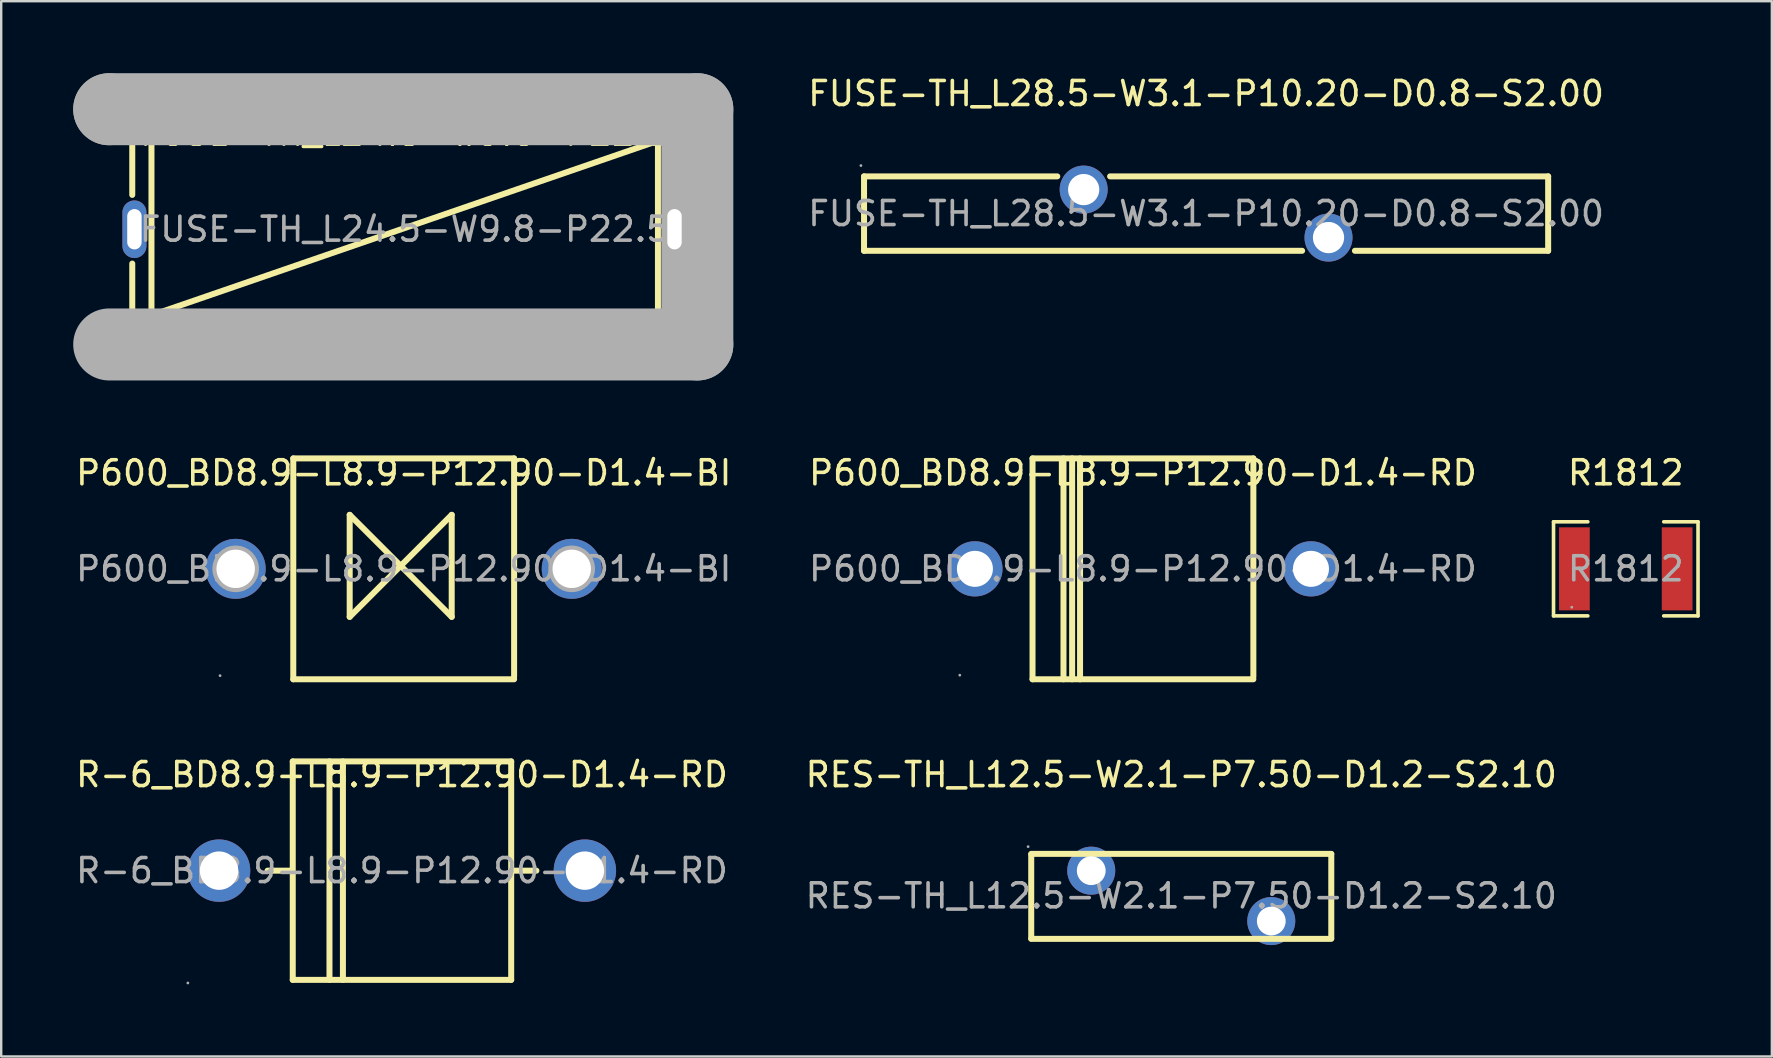
<source format=kicad_pcb>
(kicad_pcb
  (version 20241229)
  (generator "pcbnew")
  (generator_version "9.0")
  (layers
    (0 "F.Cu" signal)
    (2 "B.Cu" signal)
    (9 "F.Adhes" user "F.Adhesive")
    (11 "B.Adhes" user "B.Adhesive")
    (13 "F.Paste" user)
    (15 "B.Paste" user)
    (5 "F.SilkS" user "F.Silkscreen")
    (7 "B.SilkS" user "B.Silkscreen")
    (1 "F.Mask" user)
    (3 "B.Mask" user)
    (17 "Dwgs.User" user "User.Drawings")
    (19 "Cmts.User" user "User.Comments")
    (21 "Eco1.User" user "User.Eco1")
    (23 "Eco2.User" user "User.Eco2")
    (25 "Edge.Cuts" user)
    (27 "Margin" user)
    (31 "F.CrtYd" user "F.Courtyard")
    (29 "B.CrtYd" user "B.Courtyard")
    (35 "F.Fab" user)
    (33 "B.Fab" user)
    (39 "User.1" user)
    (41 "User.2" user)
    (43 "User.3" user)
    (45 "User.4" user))
  (footprint "FUSE-TH_L24.5-W9.8-P22.5"
    (layer "F.Cu")
    (at 13.8 6.5)
    (property "Reference" "FUSE-TH_L24.5-W9.8-P22.5" (at 0 -4 0) (layer "F.SilkS") (effects (font (size 1 1) (thickness 0.15))))
    (attr through_hole)
    (fp_line (start -11.34 -4.55) (end -11.34 -1.43) (stroke (width 0.25) (type solid)) (layer "F.SilkS"))
    (fp_line (start -11.34 -4.55) (end 11.26 -4.55) (stroke (width 0.25) (type solid)) (layer "F.SilkS"))
    (fp_line (start -11.34 1.43) (end -11.34 4.45) (stroke (width 0.25) (type solid)) (layer "F.SilkS"))
    (fp_line (start -10.54 -3.75) (end 10.56 -3.75) (stroke (width 0.25) (type solid)) (layer "F.SilkS"))
    (fp_line (start -10.54 3.65) (end -10.54 -3.75) (stroke (width 0.25) (type solid)) (layer "F.SilkS"))
    (fp_line (start 10.46 -3.65) (end -10.44 3.55) (stroke (width 0.25) (type solid)) (layer "F.SilkS"))
    (fp_line (start 10.56 -3.75) (end 10.56 3.65) (stroke (width 0.25) (type solid)) (layer "F.SilkS"))
    (fp_line (start 10.56 3.65) (end -10.54 3.65) (stroke (width 0.25) (type solid)) (layer "F.SilkS"))
    (fp_line (start 11.26 -1.43) (end 11.26 -4.55) (stroke (width 0.25) (type solid)) (layer "F.SilkS"))
    (fp_line (start 11.26 4.45) (end -11.34 4.45) (stroke (width 0.25) (type solid)) (layer "F.SilkS"))
    (fp_line (start 11.26 4.45) (end 11.26 1.43) (stroke (width 0.25) (type solid)) (layer "F.SilkS"))
    (fp_line (start -12.3 -5) (end -12.3 -5) (stroke (width 3) (type solid)) (layer "F.Fab"))
    (fp_line (start -12.3 -5) (end 12.2 -5) (stroke (width 3) (type solid)) (layer "F.Fab"))
    (fp_line (start 12.2 -5) (end 12.2 4.8) (stroke (width 3) (type solid)) (layer "F.Fab"))
    (fp_line (start 12.2 4.8) (end -12.3 4.8) (stroke (width 3) (type solid)) (layer "F.Fab"))
    (fp_circle (center -12.43 4.93) (end -12.4 4.93) (stroke (width 0.06) (type solid)) (fill no) (layer "F.Fab"))
    (fp_text user "${REFERENCE}" (at 0 0 0) (layer "F.Fab") (effects (font (size 1 1) (thickness 0.15))))
    (pad "1" thru_hole oval (at -11.25 0) (size 1 2.4) (drill oval 0.6 1.68) (layers "*.Cu" "*.Paste" "*.Mask"))
    (pad "2" thru_hole oval (at 11.25 0) (size 1 2.4) (drill oval 0.6 1.68) (layers "*.Cu" "*.Paste" "*.Mask")))
  (footprint "R1812"
    (layer "F.Cu")
    (at 64.68 20.648)
    (property "Reference" "R1812" (at 0 -4 0) (layer "F.SilkS") (effects (font (size 1 1) (thickness 0.15))))
    (attr through_hole)
    (fp_line (start -3.01 -1.96) (end -1.58 -1.96) (stroke (width 0.15) (type solid)) (layer "F.SilkS"))
    (fp_line (start -3.01 1.96) (end -3.01 -1.96) (stroke (width 0.15) (type solid)) (layer "F.SilkS"))
    (fp_line (start -1.58 1.96) (end -3.01 1.96) (stroke (width 0.15) (type solid)) (layer "F.SilkS"))
    (fp_line (start 1.58 1.96) (end 3.01 1.96) (stroke (width 0.15) (type solid)) (layer "F.SilkS"))
    (fp_line (start 3.01 -1.96) (end 1.58 -1.96) (stroke (width 0.15) (type solid)) (layer "F.SilkS"))
    (fp_line (start 3.01 1.96) (end 3.01 -1.96) (stroke (width 0.15) (type solid)) (layer "F.SilkS"))
    (fp_circle (center -2.25 1.6) (end -2.22 1.6) (stroke (width 0.06) (type solid)) (fill no) (layer "F.Fab"))
    (fp_text user "${REFERENCE}" (at 0 0 0) (layer "F.Fab") (effects (font (size 1 1) (thickness 0.15))))
    (pad "1" smd rect (at -2.14 0) (size 1.28 3.46) (layers "F.Cu" "F.Mask" "F.Paste"))
    (pad "2" smd rect (at 2.14 0) (size 1.28 3.46) (layers "F.Cu" "F.Mask" "F.Paste")))
  (footprint "R-6_BD8.9-L8.9-P12.90-D1.4-RD"
    (layer "F.Cu")
    (at 13.696 33.221)
    (property "Reference" "R-6_BD8.9-L8.9-P12.90-D1.4-RD" (at 0 -4 0) (layer "F.SilkS") (effects (font (size 1 1) (thickness 0.15))))
    (attr through_hole)
    (fp_line (start -4.58 0) (end -5.6 0) (stroke (width 0.25) (type solid)) (layer "F.SilkS"))
    (fp_line (start -4.55 -4.55) (end -4.55 4.55) (stroke (width 0.25) (type solid)) (layer "F.SilkS"))
    (fp_line (start -4.55 -4.55) (end 4.55 -4.55) (stroke (width 0.25) (type solid)) (layer "F.SilkS"))
    (fp_line (start -3.02 -4.55) (end -3.02 4.55) (stroke (width 0.25) (type solid)) (layer "F.SilkS"))
    (fp_line (start -2.46 -4.55) (end -2.46 4.55) (stroke (width 0.25) (type solid)) (layer "F.SilkS"))
    (fp_line (start 4.55 4.55) (end -4.55 4.55) (stroke (width 0.25) (type solid)) (layer "F.SilkS"))
    (fp_line (start 4.55 4.55) (end 4.55 -4.55) (stroke (width 0.25) (type solid)) (layer "F.SilkS"))
    (fp_line (start 5.6 0) (end 4.55 0) (stroke (width 0.25) (type solid)) (layer "F.SilkS"))
    (fp_circle (center -8.92 4.68) (end -8.89 4.68) (stroke (width 0.06) (type solid)) (fill no) (layer "F.Fab"))
    (fp_circle (center -7.62 0) (end -7.27 0) (stroke (width 0.7) (type solid)) (fill no) (layer "F.Fab"))
    (fp_circle (center 7.62 0) (end 7.97 0) (stroke (width 0.7) (type solid)) (fill no) (layer "F.Fab"))
    (fp_text user "${REFERENCE}" (at 0 0 0) (layer "F.Fab") (effects (font (size 1 1) (thickness 0.15))))
    (pad "1" thru_hole circle (at -7.62 0) (size 2.6 2.6) (drill 1.6) (layers "*.Cu" "*.Paste" "*.Mask"))
    (pad "2" thru_hole circle (at 7.62 0) (size 2.6 2.6) (drill 1.6) (layers "*.Cu" "*.Paste" "*.Mask")))
  (footprint "P600_BD8.9-L8.9-P12.90-D1.4-RD"
    (layer "F.Cu")
    (at 44.565 20.648)
    (property "Reference" "P600_BD8.9-L8.9-P12.90-D1.4-RD" (at 0 -4 0) (layer "F.SilkS") (effects (font (size 1 1) (thickness 0.15))))
    (attr through_hole)
    (fp_line (start -4.6 -4.6) (end -4.6 4.6) (stroke (width 0.25) (type solid)) (layer "F.SilkS"))
    (fp_line (start -4.6 -4.6) (end 4.6 -4.6) (stroke (width 0.25) (type solid)) (layer "F.SilkS"))
    (fp_line (start -4.6 4.6) (end 4.6 4.6) (stroke (width 0.25) (type solid)) (layer "F.SilkS"))
    (fp_line (start -3.31 -4.6) (end -3.31 4.6) (stroke (width 0.25) (type solid)) (layer "F.SilkS"))
    (fp_line (start -2.95 -4.6) (end -2.95 4.6) (stroke (width 0.25) (type solid)) (layer "F.SilkS"))
    (fp_line (start -2.62 -4.6) (end -2.62 4.6) (stroke (width 0.25) (type solid)) (layer "F.SilkS"))
    (fp_line (start 4.6 -4.6) (end 4.6 4.5) (stroke (width 0.25) (type solid)) (layer "F.SilkS"))
    (fp_circle (center -7.63 4.43) (end -7.6 4.43) (stroke (width 0.06) (type solid)) (fill no) (layer "F.Fab"))
    (fp_circle (center -7 0) (end -6.68 0) (stroke (width 0.64) (type solid)) (fill no) (layer "F.Fab"))
    (fp_circle (center 7 0) (end 7.32 0) (stroke (width 0.64) (type solid)) (fill no) (layer "F.Fab"))
    (fp_text user "${REFERENCE}" (at 0 0 0) (layer "F.Fab") (effects (font (size 1 1) (thickness 0.15))))
    (pad "1" thru_hole circle (at -7 0) (size 2.3 2.3) (drill 1.5) (layers "*.Cu" "*.Paste" "*.Mask"))
    (pad "2" thru_hole circle (at 7 0) (size 2.3 2.3) (drill 1.5) (layers "*.Cu" "*.Paste" "*.Mask")))
  (footprint "P600_BD8.9-L8.9-P12.90-D1.4-BI"
    (layer "F.Cu")
    (at 13.768 20.648)
    (property "Reference" "P600_BD8.9-L8.9-P12.90-D1.4-BI" (at 0 -4 0) (layer "F.SilkS") (effects (font (size 1 1) (thickness 0.15))))
    (attr through_hole)
    (fp_line (start -4.6 -4.6) (end -4.6 4.6) (stroke (width 0.25) (type solid)) (layer "F.SilkS"))
    (fp_line (start -4.6 -4.6) (end 4.6 -4.6) (stroke (width 0.25) (type solid)) (layer "F.SilkS"))
    (fp_line (start -4.6 4.6) (end 4.6 4.6) (stroke (width 0.25) (type solid)) (layer "F.SilkS"))
    (fp_line (start -2.25 -2.25) (end -2.25 2) (stroke (width 0.25) (type solid)) (layer "F.SilkS"))
    (fp_line (start -2.25 2) (end 2 -2.25) (stroke (width 0.25) (type solid)) (layer "F.SilkS"))
    (fp_line (start 2 -2.25) (end 2 2) (stroke (width 0.25) (type solid)) (layer "F.SilkS"))
    (fp_line (start 2 2) (end -2.25 -2.25) (stroke (width 0.25) (type solid)) (layer "F.SilkS"))
    (fp_line (start 4.6 -4.6) (end 4.6 4.5) (stroke (width 0.25) (type solid)) (layer "F.SilkS"))
    (fp_circle (center -7.65 4.45) (end -7.62 4.45) (stroke (width 0.06) (type solid)) (fill no) (layer "F.Fab"))
    (fp_circle (center -7 0) (end -6.68 0) (stroke (width 0.65) (type solid)) (fill no) (layer "F.Fab"))
    (fp_circle (center 7 0) (end 7.32 0) (stroke (width 0.65) (type solid)) (fill no) (layer "F.Fab"))
    (fp_text user "${REFERENCE}" (at 0 0 0) (layer "F.Fab") (effects (font (size 1 1) (thickness 0.15))))
    (pad "1" thru_hole circle (at -7 0) (size 2.5 2.5) (drill 1.6) (layers "*.Cu" "*.Paste" "*.Mask"))
    (pad "2" thru_hole circle (at 7 0) (size 2.5 2.5) (drill 1.6) (layers "*.Cu" "*.Paste" "*.Mask")))
  (footprint "RES-TH_L12.5-W2.1-P7.50-D1.2-S2.10"
    (layer "F.Cu")
    (at 46.161 34.272)
    (property "Reference" "RES-TH_L12.5-W2.1-P7.50-D1.2-S2.10" (at 0 -5.05 0) (layer "F.SilkS") (effects (font (size 1 1) (thickness 0.15))))
    (attr through_hole)
    (fp_line (start -6.25 -1.75) (end 6.25 -1.75) (stroke (width 0.25) (type solid)) (layer "F.SilkS"))
    (fp_line (start -6.25 1.78) (end -6.25 -1.72) (stroke (width 0.25) (type solid)) (layer "F.SilkS"))
    (fp_line (start 6.25 -1.74) (end 6.25 1.76) (stroke (width 0.25) (type solid)) (layer "F.SilkS"))
    (fp_line (start 6.25 1.79) (end -6.25 1.79) (stroke (width 0.25) (type solid)) (layer "F.SilkS"))
    (fp_circle (center -6.38 -2.05) (end -6.35 -2.05) (stroke (width 0.06) (type solid)) (fill no) (layer "F.Fab"))
    (fp_circle (center -3.75 -1.05) (end -3.5 -1.05) (stroke (width 0.5) (type solid)) (fill no) (layer "F.Fab"))
    (fp_circle (center 3.75 1.05) (end 4 1.05) (stroke (width 0.5) (type solid)) (fill no) (layer "F.Fab"))
    (fp_text user "${REFERENCE}" (at 0 0 0) (layer "F.Fab") (effects (font (size 1 1) (thickness 0.15))))
    (pad "1" thru_hole circle (at -3.75 -1.05) (size 2 2) (drill 1.2) (layers "*.Cu" "*.Paste" "*.Mask"))
    (pad "2" thru_hole circle (at 3.75 1.05) (size 2 2) (drill 1.2) (layers "*.Cu" "*.Paste" "*.Mask")))
  (footprint "FUSE-TH_L28.5-W3.1-P10.20-D0.8-S2.00"
    (layer "F.Cu")
    (at 47.196 5.848)
    (property "Reference" "FUSE-TH_L28.5-W3.1-P10.20-D0.8-S2.00" (at 0 -5 0) (layer "F.SilkS") (effects (font (size 1 1) (thickness 0.15))))
    (attr through_hole)
    (fp_line (start -14.25 -1.55) (end -6.2 -1.55) (stroke (width 0.25) (type solid)) (layer "F.SilkS"))
    (fp_line (start -14.25 1.55) (end -14.25 -1.55) (stroke (width 0.25) (type solid)) (layer "F.SilkS"))
    (fp_line (start -14.25 1.55) (end 4 1.55) (stroke (width 0.25) (type solid)) (layer "F.SilkS"))
    (fp_line (start -4 -1.55) (end 14.25 -1.55) (stroke (width 0.25) (type solid)) (layer "F.SilkS"))
    (fp_line (start 6.2 1.55) (end 14.25 1.55) (stroke (width 0.25) (type solid)) (layer "F.SilkS"))
    (fp_line (start 14.25 -1.55) (end 14.25 1.55) (stroke (width 0.25) (type solid)) (layer "F.SilkS"))
    (fp_circle (center -14.38 -2) (end -14.35 -2) (stroke (width 0.06) (type solid)) (fill no) (layer "F.Fab"))
    (fp_circle (center -5.1 -1) (end -4.82 -1) (stroke (width 0.55) (type solid)) (fill no) (layer "F.Fab"))
    (fp_circle (center 5.1 1) (end 5.38 1) (stroke (width 0.55) (type solid)) (fill no) (layer "F.Fab"))
    (fp_text user "${REFERENCE}" (at 0 0 0) (layer "F.Fab") (effects (font (size 1 1) (thickness 0.15))))
    (pad "1" thru_hole circle (at -5.1 -1) (size 2 2) (drill 1.3) (layers "*.Cu" "*.Paste" "*.Mask"))
    (pad "2" thru_hole circle (at 5.1 1) (size 2 2) (drill 1.3) (layers "*.Cu" "*.Paste" "*.Mask")))
  (gr_rect
    (start -3 -3)
    (end 70.765 40.962)
    (stroke (width 0.1) (type default))
    (fill no)
    (layer "Edge.Cuts")))
</source>
